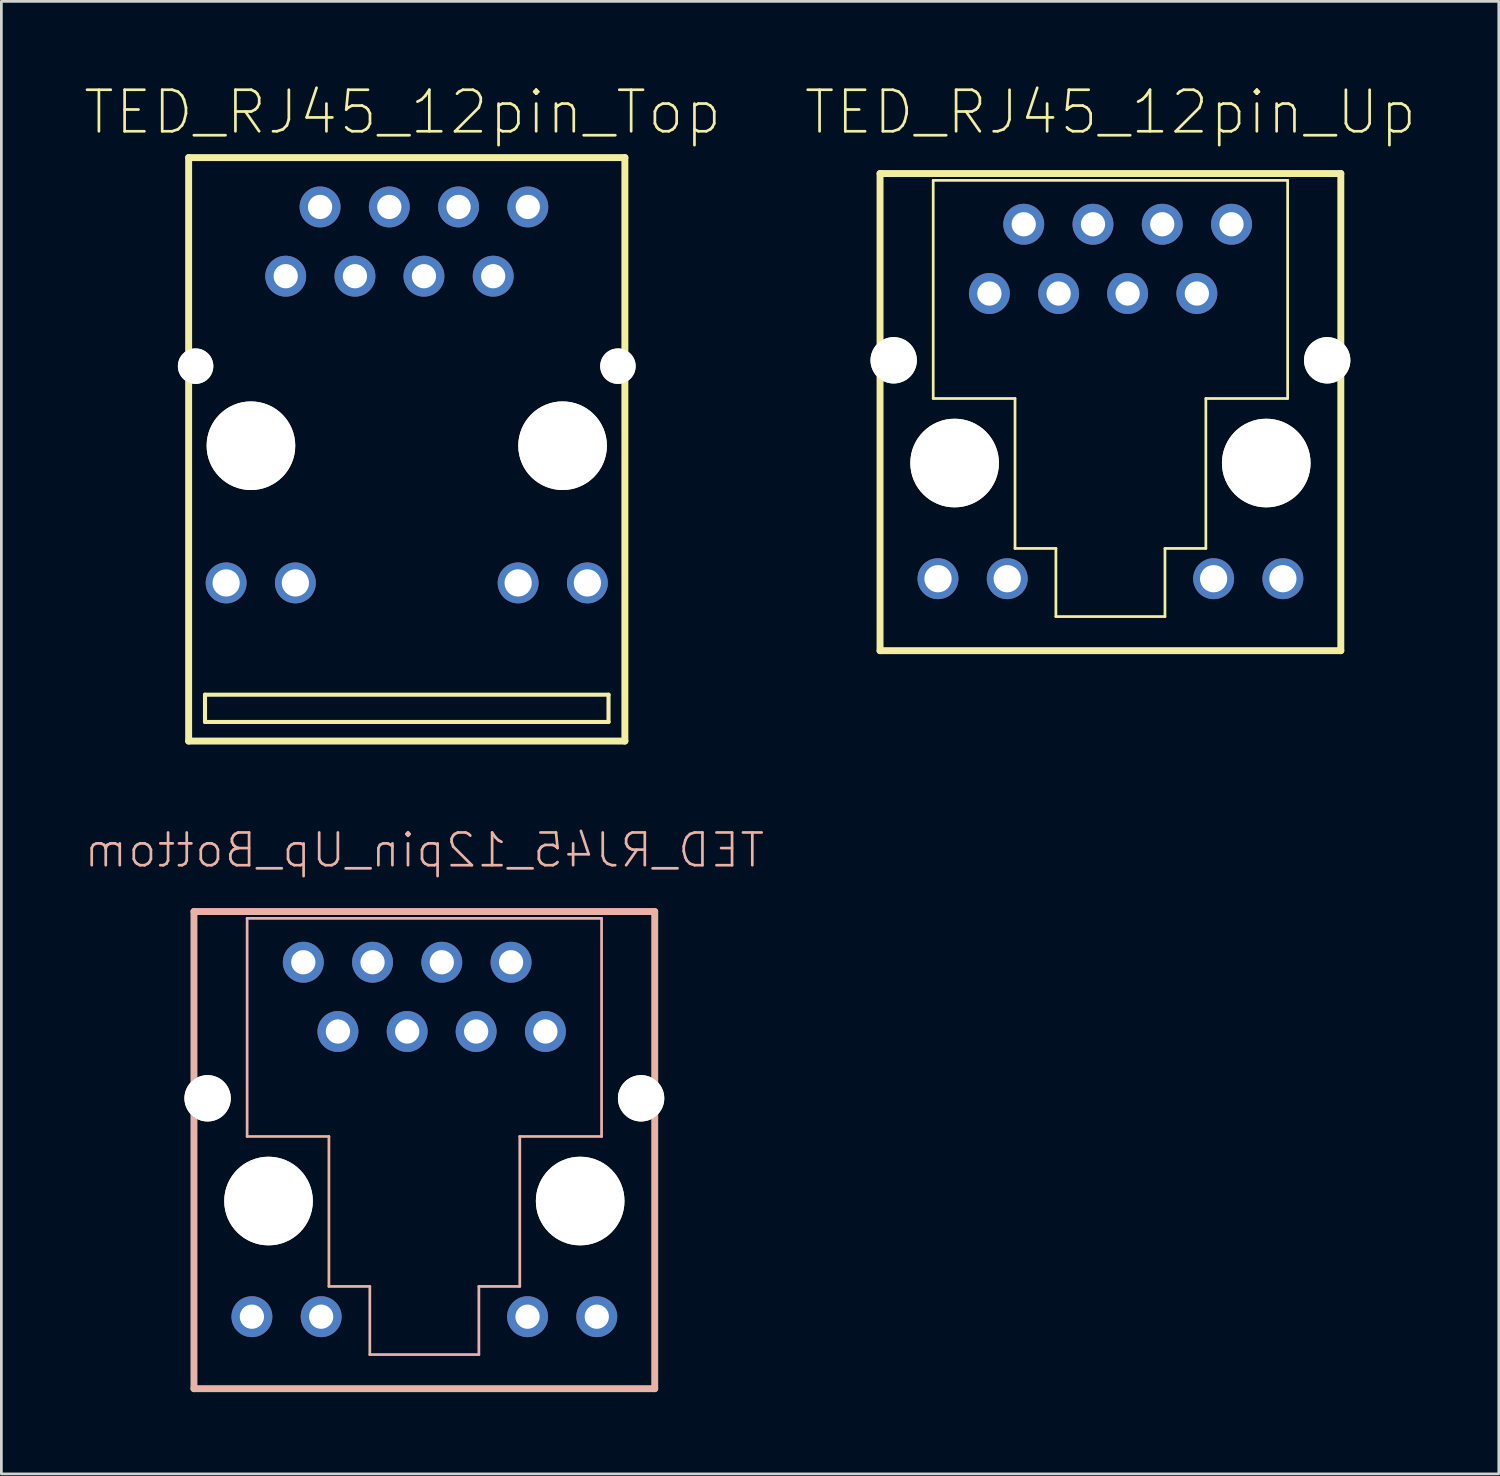
<source format=kicad_pcb>
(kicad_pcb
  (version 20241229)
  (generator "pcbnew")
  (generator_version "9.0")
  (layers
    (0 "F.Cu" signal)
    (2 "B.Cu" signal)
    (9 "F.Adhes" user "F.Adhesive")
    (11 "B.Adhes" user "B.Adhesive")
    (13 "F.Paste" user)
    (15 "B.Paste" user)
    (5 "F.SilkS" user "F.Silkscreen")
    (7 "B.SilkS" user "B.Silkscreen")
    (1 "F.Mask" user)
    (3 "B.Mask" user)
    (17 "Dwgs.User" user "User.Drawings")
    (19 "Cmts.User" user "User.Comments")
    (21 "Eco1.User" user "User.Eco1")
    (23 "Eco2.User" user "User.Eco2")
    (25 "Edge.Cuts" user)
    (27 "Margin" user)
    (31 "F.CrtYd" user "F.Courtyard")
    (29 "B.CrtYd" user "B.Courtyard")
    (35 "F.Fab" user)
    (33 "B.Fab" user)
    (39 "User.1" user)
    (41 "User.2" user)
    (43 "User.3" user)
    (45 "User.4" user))
  (footprint "TED_RJ45_12pin_Up_Bottom"
    (layer "F.Cu")
    (at 12.514 41.133)
    (property "Reference" "TED_RJ45_12pin_Up_Bottom" (at 0 -13 0) (layer "B.SilkS") (effects (font (size 1.2 1.2) (thickness 0.099)) (justify mirror)))
    (attr through_hole)
    (fp_line (start -8.45 -10.75) (end 8.45 -10.75) (stroke (width 0.254) (type solid)) (layer "B.SilkS"))
    (fp_line (start -8.45 6.75) (end -8.45 -10.75) (stroke (width 0.254) (type solid)) (layer "B.SilkS"))
    (fp_line (start -6.5 -10.5) (end -6.5 -2.5) (stroke (width 0.1) (type solid)) (layer "B.SilkS"))
    (fp_line (start -6.5 -2.5) (end -3.5 -2.5) (stroke (width 0.1) (type solid)) (layer "B.SilkS"))
    (fp_line (start -3.5 -2.5) (end -3.5 3) (stroke (width 0.1) (type solid)) (layer "B.SilkS"))
    (fp_line (start -3.5 3) (end -2 3) (stroke (width 0.1) (type solid)) (layer "B.SilkS"))
    (fp_line (start -2 3) (end -2 5.5) (stroke (width 0.1) (type solid)) (layer "B.SilkS"))
    (fp_line (start -2 5.5) (end 2 5.5) (stroke (width 0.1) (type solid)) (layer "B.SilkS"))
    (fp_line (start 2 3) (end 3.5 3) (stroke (width 0.1) (type solid)) (layer "B.SilkS"))
    (fp_line (start 2 5.5) (end 2 3) (stroke (width 0.1) (type solid)) (layer "B.SilkS"))
    (fp_line (start 3.5 -2.5) (end 6.5 -2.5) (stroke (width 0.1) (type solid)) (layer "B.SilkS"))
    (fp_line (start 3.5 3) (end 3.5 -2.5) (stroke (width 0.1) (type solid)) (layer "B.SilkS"))
    (fp_line (start 6.5 -10.5) (end -6.5 -10.5) (stroke (width 0.1) (type solid)) (layer "B.SilkS"))
    (fp_line (start 6.5 -2.5) (end 6.5 -10.5) (stroke (width 0.1) (type solid)) (layer "B.SilkS"))
    (fp_line (start 8.45 -10.75) (end 8.45 6.75) (stroke (width 0.254) (type solid)) (layer "B.SilkS"))
    (fp_line (start 8.45 6.75) (end -8.45 6.75) (stroke (width 0.254) (type solid)) (layer "B.SilkS"))
    (pad "" np_thru_hole circle (at -7.95 -3.9) (size 1.7 1.7) (drill 1.7) (layers "*.Mask" "B.Cu" "F.SilkS"))
    (pad "" np_thru_hole circle (at -5.715 -0.132) (size 3.25 3.25) (drill 3.25) (layers "*.Mask" "B.Cu" "F.SilkS"))
    (pad "" np_thru_hole circle (at 5.715 -0.132) (size 3.25 3.25) (drill 3.25) (layers "*.Mask" "B.Cu" "F.SilkS"))
    (pad "" np_thru_hole circle (at 7.95 -3.9) (size 1.7 1.7) (drill 1.7) (layers "*.Mask" "B.Cu" "F.SilkS"))
    (pad "1" thru_hole circle (at 4.44 -6.35) (size 1.5 1.5) (drill 0.89) (layers "*.Mask" "F.Cu" "F.Paste"))
    (pad "2" thru_hole circle (at 3.18 -8.89) (size 1.5 1.5) (drill 0.89) (layers "*.Mask" "F.Cu" "F.Paste"))
    (pad "3" thru_hole circle (at 1.9 -6.35) (size 1.5 1.5) (drill 0.89) (layers "*.Mask" "F.Cu" "F.Paste"))
    (pad "4" thru_hole circle (at 0.64 -8.89) (size 1.5 1.5) (drill 0.89) (layers "*.Mask" "F.Cu" "F.Paste"))
    (pad "5" thru_hole circle (at -0.63 -6.35) (size 1.5 1.5) (drill 0.89) (layers "*.Mask" "F.Cu" "F.Paste"))
    (pad "6" thru_hole circle (at -1.9 -8.89) (size 1.5 1.5) (drill 0.89) (layers "*.Mask" "F.Cu" "F.Paste"))
    (pad "7" thru_hole circle (at -3.17 -6.35) (size 1.5 1.5) (drill 0.89) (layers "*.Mask" "F.Cu" "F.Paste"))
    (pad "8" thru_hole circle (at -4.44 -8.89) (size 1.5 1.5) (drill 0.89) (layers "*.Mask" "F.Cu" "F.Paste"))
    (pad "9" thru_hole circle (at 6.325 4.11) (size 1.5 1.5) (drill 0.89) (layers "*.Mask" "F.Cu" "F.Paste"))
    (pad "10" thru_hole circle (at 3.785 4.11) (size 1.5 1.5) (drill 0.89) (layers "*.Mask" "F.Cu" "F.Paste"))
    (pad "11" thru_hole circle (at -3.785 4.11) (size 1.5 1.5) (drill 0.89) (layers "*.Mask" "F.Cu" "F.Paste"))
    (pad "12" thru_hole circle (at -6.325 4.11) (size 1.5 1.5) (drill 0.89) (layers "*.Mask" "F.Cu" "F.Paste")))
  (footprint "TED_RJ45_12pin_Top"
    (layer "F.Cu")
    (at 11.869 13.43)
    (property "Reference" "TED_RJ45_12pin_Top" (at -0.152 -12.365 0) (layer "F.SilkS") (effects (font (size 1.524 1.524) (thickness 0.099))))
    (attr through_hole)
    (fp_line (start -8 -10.7) (end 8 -10.7) (stroke (width 0.254) (type solid)) (layer "F.SilkS"))
    (fp_line (start -8 10.7) (end -8 -10.7) (stroke (width 0.254) (type solid)) (layer "F.SilkS"))
    (fp_line (start -7.4 9) (end -7.4 10) (stroke (width 0.15) (type solid)) (layer "F.SilkS"))
    (fp_line (start -7.4 10) (end 7.4 10) (stroke (width 0.15) (type solid)) (layer "F.SilkS"))
    (fp_line (start 7.4 9) (end -7.4 9) (stroke (width 0.15) (type solid)) (layer "F.SilkS"))
    (fp_line (start 7.4 10) (end 7.4 9) (stroke (width 0.15) (type solid)) (layer "F.SilkS"))
    (fp_line (start 8 -10.7) (end 8 10.7) (stroke (width 0.254) (type solid)) (layer "F.SilkS"))
    (fp_line (start 8 10.7) (end -8 10.7) (stroke (width 0.254) (type solid)) (layer "F.SilkS"))
    (pad "" np_thru_hole circle (at -7.745 -3.05) (size 1.3 1.3) (drill 1.3) (layers "*.Mask" "B.Cu" "F.SilkS"))
    (pad "" np_thru_hole circle (at -5.715 -0.132) (size 3.25 3.25) (drill 3.25) (layers "*.Mask" "B.Cu" "F.SilkS"))
    (pad "" np_thru_hole circle (at 5.715 -0.132) (size 3.25 3.25) (drill 3.25) (layers "*.Mask" "B.Cu" "F.SilkS"))
    (pad "" np_thru_hole circle (at 7.745 -3.05) (size 1.3 1.3) (drill 1.3) (layers "*.Mask" "B.Cu" "F.SilkS"))
    (pad "1" thru_hole circle (at -4.44 -6.35) (size 1.5 1.5) (drill 0.89) (layers "*.Mask" "B.Cu" "B.Paste"))
    (pad "2" thru_hole circle (at -3.18 -8.89) (size 1.5 1.5) (drill 0.89) (layers "*.Mask" "B.Cu" "B.Paste"))
    (pad "3" thru_hole circle (at -1.9 -6.35) (size 1.5 1.5) (drill 0.89) (layers "*.Mask" "B.Cu" "B.Paste"))
    (pad "4" thru_hole circle (at -0.64 -8.89) (size 1.5 1.5) (drill 0.89) (layers "*.Mask" "B.Cu" "B.Paste"))
    (pad "5" thru_hole circle (at 0.63 -6.35) (size 1.5 1.5) (drill 0.89) (layers "*.Mask" "B.Cu" "B.Paste"))
    (pad "6" thru_hole circle (at 1.9 -8.89) (size 1.5 1.5) (drill 0.89) (layers "*.Mask" "B.Cu" "B.Paste"))
    (pad "7" thru_hole circle (at 3.17 -6.35) (size 1.5 1.5) (drill 0.89) (layers "*.Mask" "B.Cu" "B.Paste"))
    (pad "8" thru_hole circle (at 4.44 -8.89) (size 1.5 1.5) (drill 0.89) (layers "*.Mask" "B.Cu" "B.Paste"))
    (pad "9" thru_hole circle (at -6.625 4.9) (size 1.5 1.5) (drill 1) (layers "*.Mask" "B.Cu" "B.Paste"))
    (pad "10" thru_hole circle (at -4.085 4.9) (size 1.5 1.5) (drill 1) (layers "*.Mask" "B.Cu" "B.Paste"))
    (pad "11" thru_hole circle (at 4.085 4.9) (size 1.5 1.5) (drill 1) (layers "*.Mask" "B.Cu" "B.Paste"))
    (pad "12" thru_hole circle (at 6.625 4.9) (size 1.5 1.5) (drill 1) (layers "*.Mask" "B.Cu" "B.Paste")))
  (footprint "TED_RJ45_12pin_Up"
    (layer "F.Cu")
    (at 37.678 14.065)
    (property "Reference" "TED_RJ45_12pin_Up" (at 0 -13 0) (layer "F.SilkS") (effects (font (size 1.524 1.524) (thickness 0.099))))
    (attr through_hole)
    (fp_line (start -8.45 -10.75) (end 8.45 -10.75) (stroke (width 0.254) (type solid)) (layer "F.SilkS"))
    (fp_line (start -8.45 6.75) (end -8.45 -10.75) (stroke (width 0.254) (type solid)) (layer "F.SilkS"))
    (fp_line (start -6.5 -10.5) (end -6.5 -2.5) (stroke (width 0.1) (type solid)) (layer "F.SilkS"))
    (fp_line (start -6.5 -2.5) (end -3.5 -2.5) (stroke (width 0.1) (type solid)) (layer "F.SilkS"))
    (fp_line (start -3.5 -2.5) (end -3.5 3) (stroke (width 0.1) (type solid)) (layer "F.SilkS"))
    (fp_line (start -3.5 3) (end -2 3) (stroke (width 0.1) (type solid)) (layer "F.SilkS"))
    (fp_line (start -2 3) (end -2 5.5) (stroke (width 0.1) (type solid)) (layer "F.SilkS"))
    (fp_line (start -2 5.5) (end 2 5.5) (stroke (width 0.1) (type solid)) (layer "F.SilkS"))
    (fp_line (start 2 3) (end 3.5 3) (stroke (width 0.1) (type solid)) (layer "F.SilkS"))
    (fp_line (start 2 5.5) (end 2 3) (stroke (width 0.1) (type solid)) (layer "F.SilkS"))
    (fp_line (start 3.5 -2.5) (end 6.5 -2.5) (stroke (width 0.1) (type solid)) (layer "F.SilkS"))
    (fp_line (start 3.5 3) (end 3.5 -2.5) (stroke (width 0.1) (type solid)) (layer "F.SilkS"))
    (fp_line (start 6.5 -10.5) (end -6.5 -10.5) (stroke (width 0.1) (type solid)) (layer "F.SilkS"))
    (fp_line (start 6.5 -2.5) (end 6.5 -10.5) (stroke (width 0.1) (type solid)) (layer "F.SilkS"))
    (fp_line (start 8.45 -10.75) (end 8.45 6.75) (stroke (width 0.254) (type solid)) (layer "F.SilkS"))
    (fp_line (start 8.45 6.75) (end -8.45 6.75) (stroke (width 0.254) (type solid)) (layer "F.SilkS"))
    (pad "" np_thru_hole circle (at -7.95 -3.9) (size 1.7 1.7) (drill 1.7) (layers "*.Mask" "B.Cu" "F.SilkS"))
    (pad "" np_thru_hole circle (at -5.715 -0.132) (size 3.25 3.25) (drill 3.25) (layers "*.Mask" "B.Cu" "F.SilkS"))
    (pad "" np_thru_hole circle (at 5.715 -0.132) (size 3.25 3.25) (drill 3.25) (layers "*.Mask" "B.Cu" "F.SilkS"))
    (pad "" np_thru_hole circle (at 7.95 -3.9) (size 1.7 1.7) (drill 1.7) (layers "*.Mask" "B.Cu" "F.SilkS"))
    (pad "1" thru_hole circle (at -4.44 -6.35) (size 1.5 1.5) (drill 0.89) (layers "*.Mask" "B.Cu" "B.Paste"))
    (pad "2" thru_hole circle (at -3.18 -8.89) (size 1.5 1.5) (drill 0.89) (layers "*.Mask" "B.Cu" "B.Paste"))
    (pad "3" thru_hole circle (at -1.9 -6.35) (size 1.5 1.5) (drill 0.89) (layers "*.Mask" "B.Cu" "B.Paste"))
    (pad "4" thru_hole circle (at -0.64 -8.89) (size 1.5 1.5) (drill 0.89) (layers "*.Mask" "B.Cu" "B.Paste"))
    (pad "5" thru_hole circle (at 0.63 -6.35) (size 1.5 1.5) (drill 0.89) (layers "*.Mask" "B.Cu" "B.Paste"))
    (pad "6" thru_hole circle (at 1.9 -8.89) (size 1.5 1.5) (drill 0.89) (layers "*.Mask" "B.Cu" "B.Paste"))
    (pad "7" thru_hole circle (at 3.17 -6.35) (size 1.5 1.5) (drill 0.89) (layers "*.Mask" "B.Cu" "B.Paste"))
    (pad "8" thru_hole circle (at 4.44 -8.89) (size 1.5 1.5) (drill 0.89) (layers "*.Mask" "B.Cu" "B.Paste"))
    (pad "9" thru_hole circle (at -6.325 4.11) (size 1.5 1.5) (drill 1) (layers "*.Mask" "B.Cu" "B.Paste"))
    (pad "10" thru_hole circle (at -3.785 4.11) (size 1.5 1.5) (drill 1) (layers "*.Mask" "B.Cu" "B.Paste"))
    (pad "11" thru_hole circle (at 3.785 4.11) (size 1.5 1.5) (drill 1) (layers "*.Mask" "B.Cu" "B.Paste"))
    (pad "12" thru_hole circle (at 6.325 4.11) (size 1.5 1.5) (drill 1) (layers "*.Mask" "B.Cu" "B.Paste")))
  (gr_rect
    (start -3 -3)
    (end 51.922 51.01)
    (stroke (width 0.1) (type default))
    (fill no)
    (layer "Edge.Cuts")))
</source>
